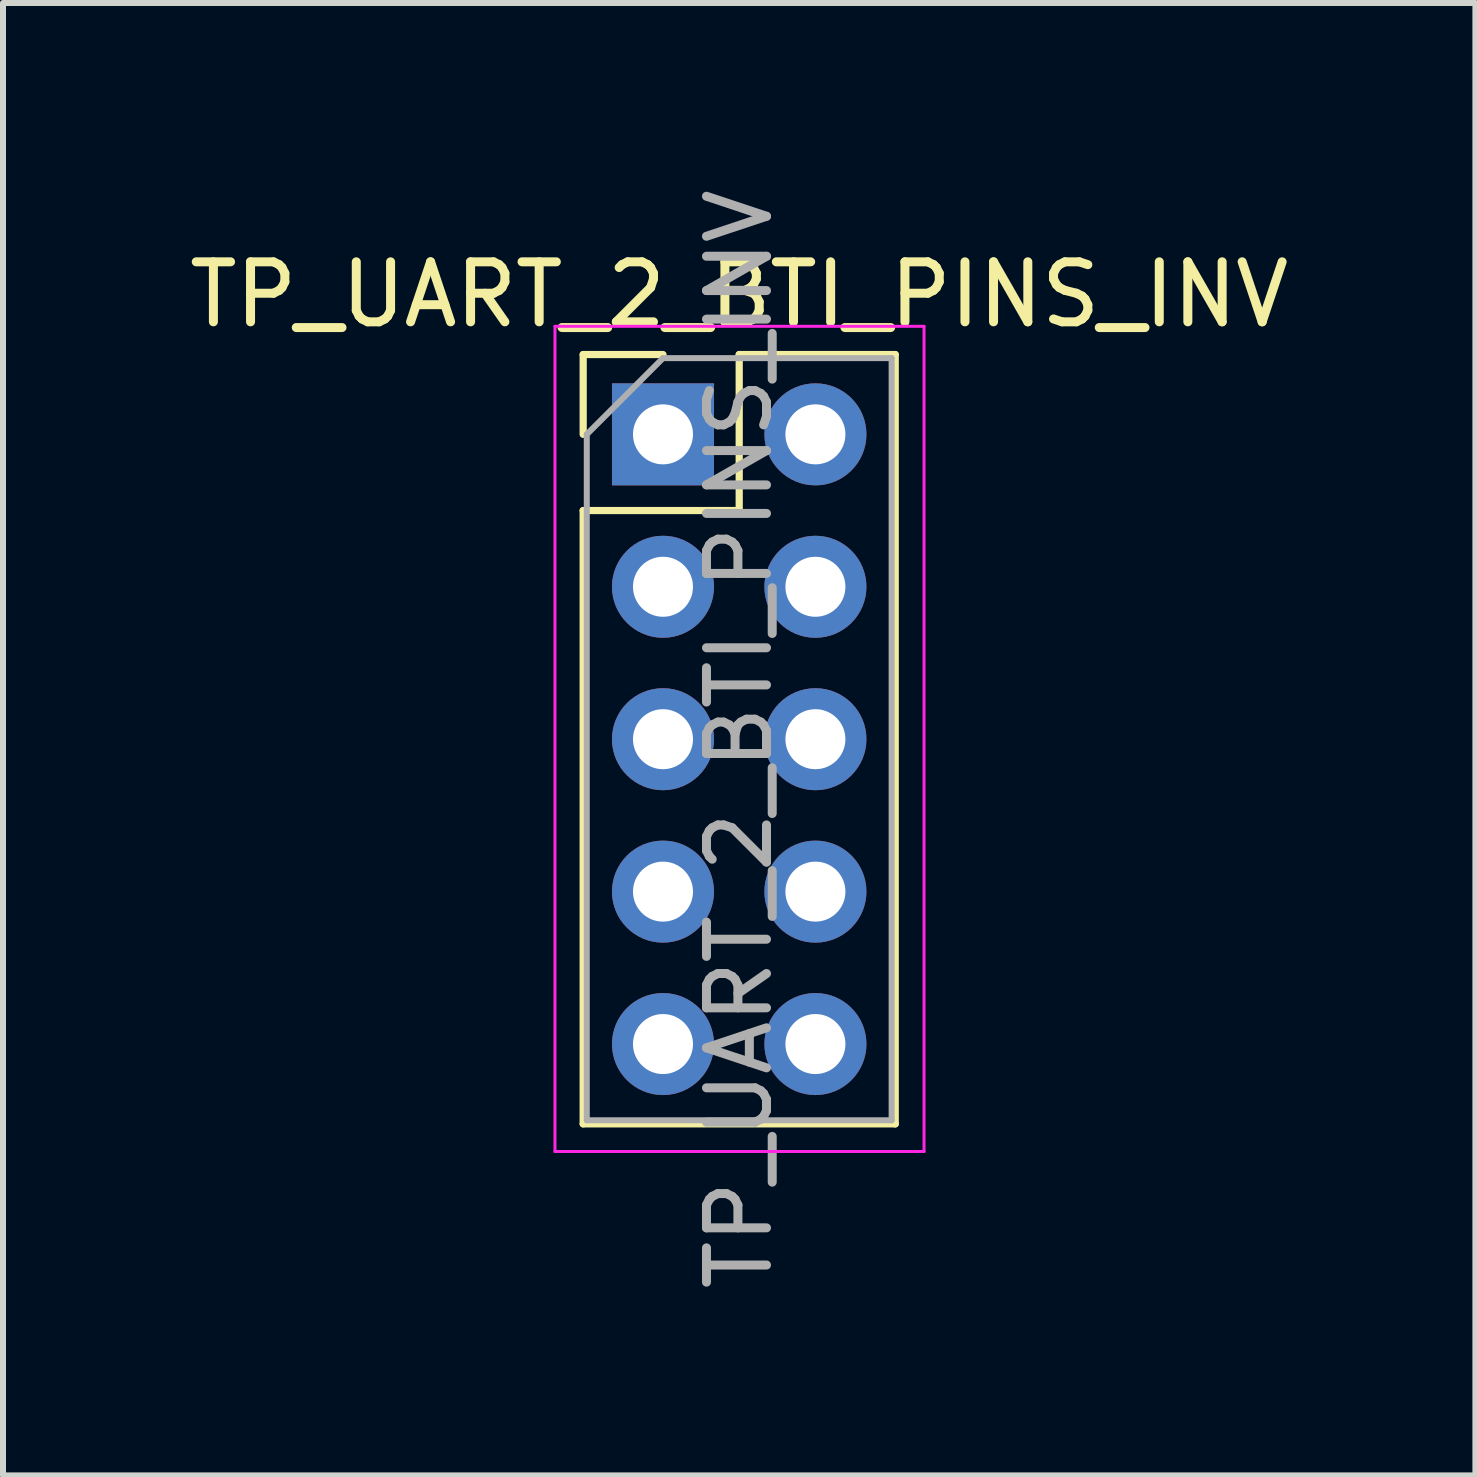
<source format=kicad_pcb>
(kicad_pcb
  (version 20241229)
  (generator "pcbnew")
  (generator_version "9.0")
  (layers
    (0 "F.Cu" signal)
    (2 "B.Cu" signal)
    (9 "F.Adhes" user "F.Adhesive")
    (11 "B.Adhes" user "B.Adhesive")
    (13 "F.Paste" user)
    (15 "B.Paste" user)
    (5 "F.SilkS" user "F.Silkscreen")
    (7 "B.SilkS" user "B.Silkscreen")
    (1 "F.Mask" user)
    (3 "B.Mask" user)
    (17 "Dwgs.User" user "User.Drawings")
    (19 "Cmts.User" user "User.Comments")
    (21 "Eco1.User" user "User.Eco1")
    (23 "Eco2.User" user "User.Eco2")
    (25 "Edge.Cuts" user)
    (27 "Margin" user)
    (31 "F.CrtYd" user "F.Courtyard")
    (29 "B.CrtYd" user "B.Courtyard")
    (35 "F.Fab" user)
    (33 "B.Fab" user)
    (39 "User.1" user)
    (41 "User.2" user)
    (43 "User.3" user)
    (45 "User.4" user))
  (footprint "TP_UART_2_BTI_PINS_INV"
    (layer "F.Cu")
    (at 7.998 4.188)
    (property "Reference" "TP_UART_2_BTI_PINS_INV" (at 1.27 -2.33 0) (layer "F.SilkS") (effects (font (size 1 1) (thickness 0.15))))
    (attr through_hole)
    (fp_line (start -1.33 -1.33) (end 0 -1.33) (stroke (width 0.12) (type solid)) (layer "F.SilkS"))
    (fp_line (start -1.33 0) (end -1.33 -1.33) (stroke (width 0.12) (type solid)) (layer "F.SilkS"))
    (fp_line (start -1.33 1.27) (end -1.33 11.49) (stroke (width 0.12) (type solid)) (layer "F.SilkS"))
    (fp_line (start -1.33 1.27) (end 1.27 1.27) (stroke (width 0.12) (type solid)) (layer "F.SilkS"))
    (fp_line (start -1.33 11.49) (end 3.87 11.49) (stroke (width 0.12) (type solid)) (layer "F.SilkS"))
    (fp_line (start 1.27 -1.33) (end 3.87 -1.33) (stroke (width 0.12) (type solid)) (layer "F.SilkS"))
    (fp_line (start 1.27 1.27) (end 1.27 -1.33) (stroke (width 0.12) (type solid)) (layer "F.SilkS"))
    (fp_line (start 3.87 -1.33) (end 3.87 11.49) (stroke (width 0.12) (type solid)) (layer "F.SilkS"))
    (fp_line (start -1.8 -1.8) (end -1.8 11.95) (stroke (width 0.05) (type solid)) (layer "F.CrtYd"))
    (fp_line (start -1.8 11.95) (end 4.35 11.95) (stroke (width 0.05) (type solid)) (layer "F.CrtYd"))
    (fp_line (start 4.35 -1.8) (end -1.8 -1.8) (stroke (width 0.05) (type solid)) (layer "F.CrtYd"))
    (fp_line (start 4.35 11.95) (end 4.35 -1.8) (stroke (width 0.05) (type solid)) (layer "F.CrtYd"))
    (fp_line (start -1.27 0) (end 0 -1.27) (stroke (width 0.1) (type solid)) (layer "F.Fab"))
    (fp_line (start -1.27 11.43) (end -1.27 0) (stroke (width 0.1) (type solid)) (layer "F.Fab"))
    (fp_line (start 0 -1.27) (end 3.81 -1.27) (stroke (width 0.1) (type solid)) (layer "F.Fab"))
    (fp_line (start 3.81 -1.27) (end 3.81 11.43) (stroke (width 0.1) (type solid)) (layer "F.Fab"))
    (fp_line (start 3.81 11.43) (end -1.27 11.43) (stroke (width 0.1) (type solid)) (layer "F.Fab"))
    (fp_text user "${REFERENCE}" (at 1.27 5.08 90) (layer "F.Fab") (effects (font (size 1 1) (thickness 0.15))))
    (pad "1" thru_hole oval (at 2.54 0) (size 1.7 1.7) (drill 1) (layers "*.Cu" "*.Mask"))
    (pad "2" thru_hole oval (at 2.54 2.54) (size 1.7 1.7) (drill 1) (layers "*.Cu" "*.Mask"))
    (pad "3" thru_hole oval (at 2.54 5.08) (size 1.7 1.7) (drill 1) (layers "*.Cu" "*.Mask"))
    (pad "4" thru_hole oval (at 2.54 7.62) (size 1.7 1.7) (drill 1) (layers "*.Cu" "*.Mask"))
    (pad "5" thru_hole oval (at 2.54 10.16) (size 1.7 1.7) (drill 1) (layers "*.Cu" "*.Mask"))
    (pad "6" thru_hole oval (at 0 10.16) (size 1.7 1.7) (drill 1) (layers "*.Cu" "*.Mask"))
    (pad "7" thru_hole oval (at 0 7.62) (size 1.7 1.7) (drill 1) (layers "*.Cu" "*.Mask"))
    (pad "8" thru_hole oval (at 0 5.08) (size 1.7 1.7) (drill 1) (layers "*.Cu" "*.Mask"))
    (pad "9" thru_hole oval (at 0 2.54) (size 1.7 1.7) (drill 1) (layers "*.Cu" "*.Mask"))
    (pad "10" thru_hole rect (at 0 0) (size 1.7 1.7) (drill 1) (layers "*.Cu" "*.Mask")))
  (gr_rect
    (start -3 -3)
    (end 21.536 21.536)
    (stroke (width 0.1) (type default))
    (fill no)
    (layer "Edge.Cuts")))
</source>
